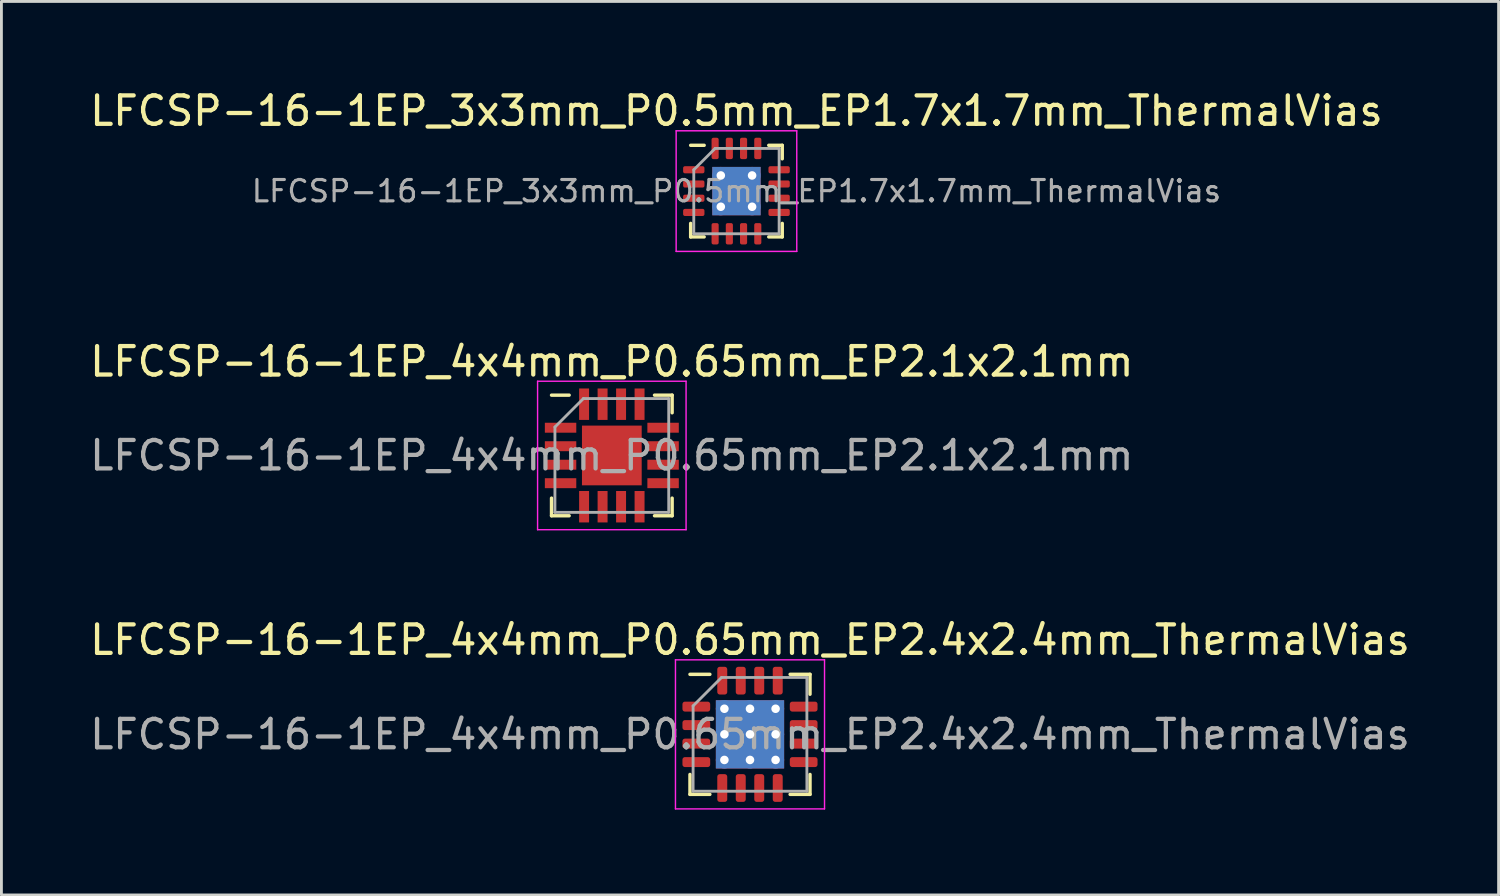
<source format=kicad_pcb>
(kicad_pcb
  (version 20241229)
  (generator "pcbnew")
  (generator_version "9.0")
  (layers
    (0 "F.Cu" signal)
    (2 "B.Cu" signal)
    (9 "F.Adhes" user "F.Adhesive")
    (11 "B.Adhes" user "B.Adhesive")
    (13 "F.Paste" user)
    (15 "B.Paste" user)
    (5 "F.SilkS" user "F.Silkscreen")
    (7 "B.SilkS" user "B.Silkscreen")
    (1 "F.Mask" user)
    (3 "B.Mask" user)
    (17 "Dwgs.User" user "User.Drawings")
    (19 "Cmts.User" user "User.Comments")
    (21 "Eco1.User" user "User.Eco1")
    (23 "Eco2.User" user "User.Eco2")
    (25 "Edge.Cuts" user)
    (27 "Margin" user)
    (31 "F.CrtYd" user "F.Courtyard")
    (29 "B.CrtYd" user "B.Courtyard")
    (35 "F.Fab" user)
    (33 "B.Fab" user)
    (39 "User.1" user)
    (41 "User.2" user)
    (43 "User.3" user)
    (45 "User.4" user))
  (footprint "LFCSP-16-1EP_3x3mm_P0.5mm_EP1.7x1.7mm_ThermalVias"
    (layer "F.Cu")
    (at 22.839 3.668)
    (property "Reference" "LFCSP-16-1EP_3x3mm_P0.5mm_EP1.7x1.7mm_ThermalVias" (at 0 -2.82 0) (layer "F.SilkS") (effects (font (size 1 1) (thickness 0.15))))
    (attr smd)
    (fp_line (start -1.61 1.61) (end -1.61 1.135) (stroke (width 0.12) (type solid)) (layer "F.SilkS"))
    (fp_line (start -1.135 -1.61) (end -1.61 -1.61) (stroke (width 0.12) (type solid)) (layer "F.SilkS"))
    (fp_line (start -1.135 1.61) (end -1.61 1.61) (stroke (width 0.12) (type solid)) (layer "F.SilkS"))
    (fp_line (start 1.135 -1.61) (end 1.61 -1.61) (stroke (width 0.12) (type solid)) (layer "F.SilkS"))
    (fp_line (start 1.135 1.61) (end 1.61 1.61) (stroke (width 0.12) (type solid)) (layer "F.SilkS"))
    (fp_line (start 1.61 -1.61) (end 1.61 -1.135) (stroke (width 0.12) (type solid)) (layer "F.SilkS"))
    (fp_line (start 1.61 1.61) (end 1.61 1.135) (stroke (width 0.12) (type solid)) (layer "F.SilkS"))
    (fp_line (start -2.12 -2.12) (end -2.12 2.12) (stroke (width 0.05) (type solid)) (layer "F.CrtYd"))
    (fp_line (start -2.12 2.12) (end 2.12 2.12) (stroke (width 0.05) (type solid)) (layer "F.CrtYd"))
    (fp_line (start 2.12 -2.12) (end -2.12 -2.12) (stroke (width 0.05) (type solid)) (layer "F.CrtYd"))
    (fp_line (start 2.12 2.12) (end 2.12 -2.12) (stroke (width 0.05) (type solid)) (layer "F.CrtYd"))
    (fp_line (start -1.5 -0.75) (end -0.75 -1.5) (stroke (width 0.1) (type solid)) (layer "F.Fab"))
    (fp_line (start -1.5 1.5) (end -1.5 -0.75) (stroke (width 0.1) (type solid)) (layer "F.Fab"))
    (fp_line (start -0.75 -1.5) (end 1.5 -1.5) (stroke (width 0.1) (type solid)) (layer "F.Fab"))
    (fp_line (start 1.5 -1.5) (end 1.5 1.5) (stroke (width 0.1) (type solid)) (layer "F.Fab"))
    (fp_line (start 1.5 1.5) (end -1.5 1.5) (stroke (width 0.1) (type solid)) (layer "F.Fab"))
    (fp_text user "${REFERENCE}" (at 0 0 0) (layer "F.Fab") (effects (font (size 0.75 0.75) (thickness 0.11))))
    (pad "" smd roundrect (at -0.425 -0.425) (size 0.74 0.74) (layers "F.Paste") (roundrect_rratio 0.25))
    (pad "" smd roundrect (at -0.425 0.425) (size 0.74 0.74) (layers "F.Paste") (roundrect_rratio 0.25))
    (pad "" smd roundrect (at 0.425 -0.425) (size 0.74 0.74) (layers "F.Paste") (roundrect_rratio 0.25))
    (pad "" smd roundrect (at 0.425 0.425) (size 0.74 0.74) (layers "F.Paste") (roundrect_rratio 0.25))
    (pad "1" smd roundrect (at -1.5 -0.75) (size 0.75 0.25) (layers "F.Cu" "F.Mask" "F.Paste") (roundrect_rratio 0.25))
    (pad "2" smd roundrect (at -1.5 -0.25) (size 0.75 0.25) (layers "F.Cu" "F.Mask" "F.Paste") (roundrect_rratio 0.25))
    (pad "3" smd roundrect (at -1.5 0.25) (size 0.75 0.25) (layers "F.Cu" "F.Mask" "F.Paste") (roundrect_rratio 0.25))
    (pad "4" smd roundrect (at -1.5 0.75) (size 0.75 0.25) (layers "F.Cu" "F.Mask" "F.Paste") (roundrect_rratio 0.25))
    (pad "5" smd roundrect (at -0.75 1.5) (size 0.25 0.75) (layers "F.Cu" "F.Mask" "F.Paste") (roundrect_rratio 0.25))
    (pad "6" smd roundrect (at -0.25 1.5) (size 0.25 0.75) (layers "F.Cu" "F.Mask" "F.Paste") (roundrect_rratio 0.25))
    (pad "7" smd roundrect (at 0.25 1.5) (size 0.25 0.75) (layers "F.Cu" "F.Mask" "F.Paste") (roundrect_rratio 0.25))
    (pad "8" smd roundrect (at 0.75 1.5) (size 0.25 0.75) (layers "F.Cu" "F.Mask" "F.Paste") (roundrect_rratio 0.25))
    (pad "9" smd roundrect (at 1.5 0.75) (size 0.75 0.25) (layers "F.Cu" "F.Mask" "F.Paste") (roundrect_rratio 0.25))
    (pad "10" smd roundrect (at 1.5 0.25) (size 0.75 0.25) (layers "F.Cu" "F.Mask" "F.Paste") (roundrect_rratio 0.25))
    (pad "11" smd roundrect (at 1.5 -0.25) (size 0.75 0.25) (layers "F.Cu" "F.Mask" "F.Paste") (roundrect_rratio 0.25))
    (pad "12" smd roundrect (at 1.5 -0.75) (size 0.75 0.25) (layers "F.Cu" "F.Mask" "F.Paste") (roundrect_rratio 0.25))
    (pad "13" smd roundrect (at 0.75 -1.5) (size 0.25 0.75) (layers "F.Cu" "F.Mask" "F.Paste") (roundrect_rratio 0.25))
    (pad "14" smd roundrect (at 0.25 -1.5) (size 0.25 0.75) (layers "F.Cu" "F.Mask" "F.Paste") (roundrect_rratio 0.25))
    (pad "15" smd roundrect (at -0.25 -1.5) (size 0.25 0.75) (layers "F.Cu" "F.Mask" "F.Paste") (roundrect_rratio 0.25))
    (pad "16" smd roundrect (at -0.75 -1.5) (size 0.25 0.75) (layers "F.Cu" "F.Mask" "F.Paste") (roundrect_rratio 0.25))
    (pad "17" thru_hole circle (at -0.55 -0.55) (size 0.6 0.6) (drill 0.3) (layers "*.Cu"))
    (pad "17" thru_hole circle (at -0.55 0.55) (size 0.6 0.6) (drill 0.3) (layers "*.Cu"))
    (pad "17" smd rect (at 0 0) (size 1.7 1.7) (layers "F.Cu" "F.Mask"))
    (pad "17" smd rect (at 0 0) (size 1.7 1.7) (layers "B.Cu"))
    (pad "17" thru_hole circle (at 0.55 -0.55) (size 0.6 0.6) (drill 0.3) (layers "*.Cu"))
    (pad "17" thru_hole circle (at 0.55 0.55) (size 0.6 0.6) (drill 0.3) (layers "*.Cu")))
  (footprint "LFCSP-16-1EP_4x4mm_P0.65mm_EP2.4x2.4mm_ThermalVias"
    (layer "F.Cu")
    (at 23.315 22.765)
    (property "Reference" "LFCSP-16-1EP_4x4mm_P0.65mm_EP2.4x2.4mm_ThermalVias" (at 0 -3.32 0) (layer "F.SilkS") (effects (font (size 1 1) (thickness 0.15))))
    (attr smd)
    (fp_line (start -2.11 2.11) (end -2.11 1.41) (stroke (width 0.12) (type solid)) (layer "F.SilkS"))
    (fp_line (start -1.41 -2.11) (end -2.11 -2.11) (stroke (width 0.12) (type solid)) (layer "F.SilkS"))
    (fp_line (start -1.41 2.11) (end -2.11 2.11) (stroke (width 0.12) (type solid)) (layer "F.SilkS"))
    (fp_line (start 1.41 -2.11) (end 2.11 -2.11) (stroke (width 0.12) (type solid)) (layer "F.SilkS"))
    (fp_line (start 1.41 2.11) (end 2.11 2.11) (stroke (width 0.12) (type solid)) (layer "F.SilkS"))
    (fp_line (start 2.11 -2.11) (end 2.11 -1.41) (stroke (width 0.12) (type solid)) (layer "F.SilkS"))
    (fp_line (start 2.11 2.11) (end 2.11 1.41) (stroke (width 0.12) (type solid)) (layer "F.SilkS"))
    (fp_line (start -2.62 -2.62) (end -2.62 2.62) (stroke (width 0.05) (type solid)) (layer "F.CrtYd"))
    (fp_line (start -2.62 2.62) (end 2.62 2.62) (stroke (width 0.05) (type solid)) (layer "F.CrtYd"))
    (fp_line (start 2.62 -2.62) (end -2.62 -2.62) (stroke (width 0.05) (type solid)) (layer "F.CrtYd"))
    (fp_line (start 2.62 2.62) (end 2.62 -2.62) (stroke (width 0.05) (type solid)) (layer "F.CrtYd"))
    (fp_line (start -2 -1) (end -1 -2) (stroke (width 0.1) (type solid)) (layer "F.Fab"))
    (fp_line (start -2 2) (end -2 -1) (stroke (width 0.1) (type solid)) (layer "F.Fab"))
    (fp_line (start -1 -2) (end 2 -2) (stroke (width 0.1) (type solid)) (layer "F.Fab"))
    (fp_line (start 2 -2) (end 2 2) (stroke (width 0.1) (type solid)) (layer "F.Fab"))
    (fp_line (start 2 2) (end -2 2) (stroke (width 0.1) (type solid)) (layer "F.Fab"))
    (fp_text user "${REFERENCE}" (at 0 0 0) (layer "F.Fab") (effects (font (size 1 1) (thickness 0.15))))
    (pad "" smd roundrect (at -0.6 -0.6) (size 1.04 1.04) (layers "F.Paste") (roundrect_rratio 0.24))
    (pad "" smd roundrect (at -0.6 0.6) (size 1.04 1.04) (layers "F.Paste") (roundrect_rratio 0.24))
    (pad "" smd roundrect (at 0.6 -0.6) (size 1.04 1.04) (layers "F.Paste") (roundrect_rratio 0.24))
    (pad "" smd roundrect (at 0.6 0.6) (size 1.04 1.04) (layers "F.Paste") (roundrect_rratio 0.24))
    (pad "1" smd roundrect (at -1.887 -0.975) (size 0.975 0.35) (layers "F.Cu" "F.Mask" "F.Paste") (roundrect_rratio 0.25))
    (pad "2" smd roundrect (at -1.887 -0.325) (size 0.975 0.35) (layers "F.Cu" "F.Mask" "F.Paste") (roundrect_rratio 0.25))
    (pad "3" smd roundrect (at -1.887 0.325) (size 0.975 0.35) (layers "F.Cu" "F.Mask" "F.Paste") (roundrect_rratio 0.25))
    (pad "4" smd roundrect (at -1.887 0.975) (size 0.975 0.35) (layers "F.Cu" "F.Mask" "F.Paste") (roundrect_rratio 0.25))
    (pad "5" smd roundrect (at -0.975 1.887) (size 0.35 0.975) (layers "F.Cu" "F.Mask" "F.Paste") (roundrect_rratio 0.25))
    (pad "6" smd roundrect (at -0.325 1.887) (size 0.35 0.975) (layers "F.Cu" "F.Mask" "F.Paste") (roundrect_rratio 0.25))
    (pad "7" smd roundrect (at 0.325 1.887) (size 0.35 0.975) (layers "F.Cu" "F.Mask" "F.Paste") (roundrect_rratio 0.25))
    (pad "8" smd roundrect (at 0.975 1.887) (size 0.35 0.975) (layers "F.Cu" "F.Mask" "F.Paste") (roundrect_rratio 0.25))
    (pad "9" smd roundrect (at 1.887 0.975) (size 0.975 0.35) (layers "F.Cu" "F.Mask" "F.Paste") (roundrect_rratio 0.25))
    (pad "10" smd roundrect (at 1.887 0.325) (size 0.975 0.35) (layers "F.Cu" "F.Mask" "F.Paste") (roundrect_rratio 0.25))
    (pad "11" smd roundrect (at 1.887 -0.325) (size 0.975 0.35) (layers "F.Cu" "F.Mask" "F.Paste") (roundrect_rratio 0.25))
    (pad "12" smd roundrect (at 1.887 -0.975) (size 0.975 0.35) (layers "F.Cu" "F.Mask" "F.Paste") (roundrect_rratio 0.25))
    (pad "13" smd roundrect (at 0.975 -1.887) (size 0.35 0.975) (layers "F.Cu" "F.Mask" "F.Paste") (roundrect_rratio 0.25))
    (pad "14" smd roundrect (at 0.325 -1.887) (size 0.35 0.975) (layers "F.Cu" "F.Mask" "F.Paste") (roundrect_rratio 0.25))
    (pad "15" smd roundrect (at -0.325 -1.887) (size 0.35 0.975) (layers "F.Cu" "F.Mask" "F.Paste") (roundrect_rratio 0.25))
    (pad "16" smd roundrect (at -0.975 -1.887) (size 0.35 0.975) (layers "F.Cu" "F.Mask" "F.Paste") (roundrect_rratio 0.25))
    (pad "17" thru_hole circle (at -0.9 -0.9) (size 0.6 0.6) (drill 0.3) (layers "*.Cu"))
    (pad "17" thru_hole circle (at -0.9 0) (size 0.6 0.6) (drill 0.3) (layers "*.Cu"))
    (pad "17" thru_hole circle (at -0.9 0.9) (size 0.6 0.6) (drill 0.3) (layers "*.Cu"))
    (pad "17" thru_hole circle (at 0 -0.9) (size 0.6 0.6) (drill 0.3) (layers "*.Cu"))
    (pad "17" thru_hole circle (at 0 0) (size 0.6 0.6) (drill 0.3) (layers "*.Cu"))
    (pad "17" smd rect (at 0 0) (size 2.4 2.4) (layers "F.Cu" "F.Mask"))
    (pad "17" smd rect (at 0 0) (size 2.4 2.4) (layers "B.Cu"))
    (pad "17" thru_hole circle (at 0 0.9) (size 0.6 0.6) (drill 0.3) (layers "*.Cu"))
    (pad "17" thru_hole circle (at 0.9 -0.9) (size 0.6 0.6) (drill 0.3) (layers "*.Cu"))
    (pad "17" thru_hole circle (at 0.9 0) (size 0.6 0.6) (drill 0.3) (layers "*.Cu"))
    (pad "17" thru_hole circle (at 0.9 0.9) (size 0.6 0.6) (drill 0.3) (layers "*.Cu")))
  (footprint "LFCSP-16-1EP_4x4mm_P0.65mm_EP2.1x2.1mm"
    (layer "F.Cu")
    (at 18.458 12.961)
    (property "Reference" "LFCSP-16-1EP_4x4mm_P0.65mm_EP2.1x2.1mm" (at 0 -3.3 0) (layer "F.SilkS") (effects (font (size 1 1) (thickness 0.15))))
    (attr smd)
    (fp_line (start -2.12 2.12) (end -2.12 1.5) (stroke (width 0.12) (type solid)) (layer "F.SilkS"))
    (fp_line (start -1.5 -2.12) (end -2.12 -2.12) (stroke (width 0.12) (type solid)) (layer "F.SilkS"))
    (fp_line (start -1.5 2.12) (end -2.12 2.12) (stroke (width 0.12) (type solid)) (layer "F.SilkS"))
    (fp_line (start 1.5 -2.12) (end 2.12 -2.12) (stroke (width 0.12) (type solid)) (layer "F.SilkS"))
    (fp_line (start 1.5 2.12) (end 2.12 2.12) (stroke (width 0.12) (type solid)) (layer "F.SilkS"))
    (fp_line (start 2.12 -2.12) (end 2.12 -1.5) (stroke (width 0.12) (type solid)) (layer "F.SilkS"))
    (fp_line (start 2.12 2.12) (end 2.12 1.5) (stroke (width 0.12) (type solid)) (layer "F.SilkS"))
    (fp_line (start -2.61 -2.61) (end 2.61 -2.61) (stroke (width 0.05) (type solid)) (layer "F.CrtYd"))
    (fp_line (start -2.61 2.61) (end -2.61 -2.61) (stroke (width 0.05) (type solid)) (layer "F.CrtYd"))
    (fp_line (start 2.61 -2.61) (end 2.61 2.61) (stroke (width 0.05) (type solid)) (layer "F.CrtYd"))
    (fp_line (start 2.61 2.61) (end -2.61 2.61) (stroke (width 0.05) (type solid)) (layer "F.CrtYd"))
    (fp_line (start -2 2) (end -2 -1) (stroke (width 0.1) (type solid)) (layer "F.Fab"))
    (fp_line (start -1 -2) (end -2 -1) (stroke (width 0.1) (type solid)) (layer "F.Fab"))
    (fp_line (start -1 -2) (end 2 -2) (stroke (width 0.1) (type solid)) (layer "F.Fab"))
    (fp_line (start 2 -2) (end 2 2) (stroke (width 0.1) (type solid)) (layer "F.Fab"))
    (fp_line (start 2 2) (end -2 2) (stroke (width 0.1) (type solid)) (layer "F.Fab"))
    (fp_text user "${REFERENCE}" (at 0 0 0) (layer "F.Fab") (effects (font (size 1 1) (thickness 0.15))))
    (pad "" smd rect (at -0.525 -0.525) (size 0.9 0.9) (layers "F.Paste"))
    (pad "" smd rect (at -0.525 0.525) (size 0.9 0.9) (layers "F.Paste"))
    (pad "" smd rect (at 0.525 -0.525) (size 0.9 0.9) (layers "F.Paste"))
    (pad "" smd rect (at 0.525 0.525) (size 0.9 0.9) (layers "F.Paste"))
    (pad "1" smd rect (at -1.802 -0.975) (size 1.105 0.35) (layers "F.Cu" "F.Mask" "F.Paste"))
    (pad "2" smd rect (at -1.802 -0.325) (size 1.105 0.35) (layers "F.Cu" "F.Mask" "F.Paste"))
    (pad "3" smd rect (at -1.802 0.325) (size 1.105 0.35) (layers "F.Cu" "F.Mask" "F.Paste"))
    (pad "4" smd rect (at -1.802 0.975) (size 1.105 0.35) (layers "F.Cu" "F.Mask" "F.Paste"))
    (pad "5" smd rect (at -0.975 1.802) (size 0.35 1.105) (layers "F.Cu" "F.Mask" "F.Paste"))
    (pad "6" smd rect (at -0.325 1.802) (size 0.35 1.105) (layers "F.Cu" "F.Mask" "F.Paste"))
    (pad "7" smd rect (at 0.325 1.802) (size 0.35 1.105) (layers "F.Cu" "F.Mask" "F.Paste"))
    (pad "8" smd rect (at 0.975 1.802) (size 0.35 1.105) (layers "F.Cu" "F.Mask" "F.Paste"))
    (pad "9" smd rect (at 1.802 0.975) (size 1.105 0.35) (layers "F.Cu" "F.Mask" "F.Paste"))
    (pad "10" smd rect (at 1.802 0.325) (size 1.105 0.35) (layers "F.Cu" "F.Mask" "F.Paste"))
    (pad "11" smd rect (at 1.802 -0.325) (size 1.105 0.35) (layers "F.Cu" "F.Mask" "F.Paste"))
    (pad "12" smd rect (at 1.802 -0.975) (size 1.105 0.35) (layers "F.Cu" "F.Mask" "F.Paste"))
    (pad "13" smd rect (at 0.975 -1.802) (size 0.35 1.105) (layers "F.Cu" "F.Mask" "F.Paste"))
    (pad "14" smd rect (at 0.325 -1.802) (size 0.35 1.105) (layers "F.Cu" "F.Mask" "F.Paste"))
    (pad "15" smd rect (at -0.325 -1.802) (size 0.35 1.105) (layers "F.Cu" "F.Mask" "F.Paste"))
    (pad "16" smd rect (at -0.975 -1.802) (size 0.35 1.105) (layers "F.Cu" "F.Mask" "F.Paste"))
    (pad "17" smd rect (at 0 0) (size 2.1 2.1) (layers "F.Cu" "F.Mask")))
  (gr_rect
    (start -3 -3)
    (end 49.631 28.41)
    (stroke (width 0.1) (type default))
    (fill no)
    (layer "Edge.Cuts")))
</source>
